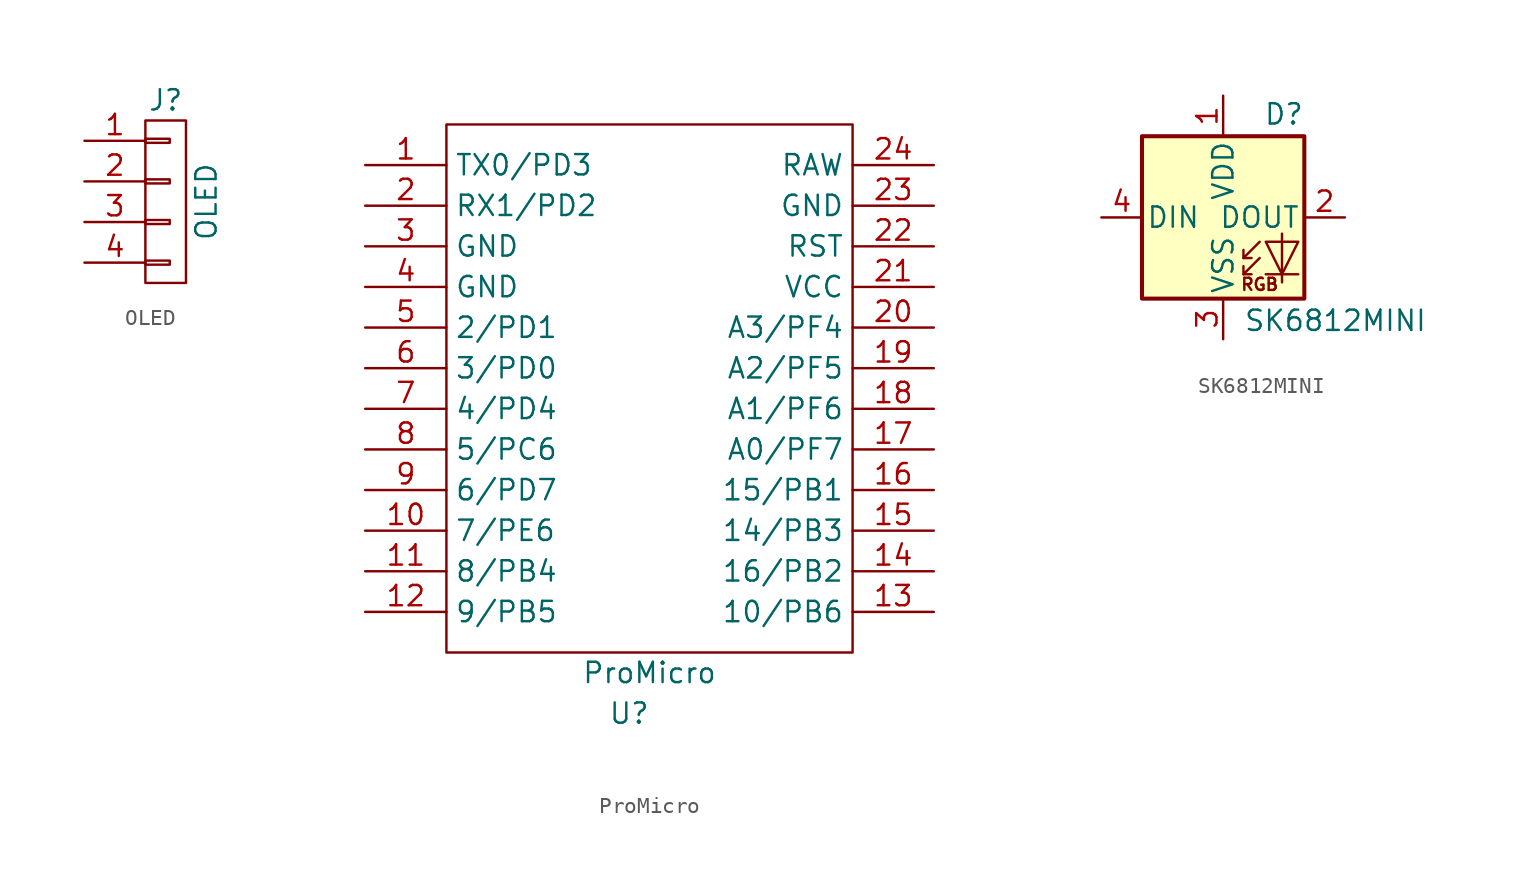
<source format=kicad_sym>
(kicad_symbol_lib
  (version 20211014)
  (generator kicad_symbol_editor)
  (symbol "OLED"
    (pin_names
      (offset 1.016) hide)
    (property "Reference" "J"
      (at 0 6.35 0)
      (effects (font (size 1.27 1.27))))
    (property "Value" "OLED"
      (at 2.54 0 90)
      (effects (font (size 1.27 1.27))))
    (property "Footprint" ""
      (at 0 0 0)
      (effects (font (size 1.27 1.27))))
    (property "Datasheet" ""
      (at 0 0 0)
      (effects (font (size 1.27 1.27))))
    (symbol "OLED_0_1"
      (rectangle (start -1.27 -3.683) (end 0.254 -3.937) (stroke (width 0) (type default) (color 0 0 0 0)) (fill (type none)))
      (rectangle (start -1.27 -1.143) (end 0.254 -1.397) (stroke (width 0) (type default) (color 0 0 0 0)) (fill (type none)))
      (rectangle (start -1.27 1.397) (end 0.254 1.143) (stroke (width 0) (type default) (color 0 0 0 0)) (fill (type none)))
      (rectangle (start -1.27 3.937) (end 0.254 3.683) (stroke (width 0) (type default) (color 0 0 0 0)) (fill (type none)))
      (rectangle (start -1.27 5.08) (end 1.27 -5.08) (stroke (width 0) (type default) (color 0 0 0 0)) (fill (type none))))
    (symbol "OLED_1_1"
      (pin passive line (at -5.08 3.81 0) (length 3.81) (name "P1" (effects (font (size 1.27 1.27)))) (number "1" (effects (font (size 1.27 1.27)))))
      (pin passive line (at -5.08 1.27 0) (length 3.81) (name "P2" (effects (font (size 1.27 1.27)))) (number "2" (effects (font (size 1.27 1.27)))))
      (pin passive line (at -5.08 -1.27 0) (length 3.81) (name "P3" (effects (font (size 1.27 1.27)))) (number "3" (effects (font (size 1.27 1.27)))))
      (pin passive line (at -5.08 -3.81 0) (length 3.81) (name "P4" (effects (font (size 1.27 1.27)))) (number "4" (effects (font (size 1.27 1.27)))))))
  (symbol "ProMicro"
    (property "Reference" "U"
      (at 0 0 0)
      (effects (font (size 1.27 1.27))))
    (property "Value" "ProMicro"
      (at 1.27 2.54 0)
      (effects (font (size 1.27 1.27))))
    (symbol "ProMicro_0_1"
      (rectangle (start -11.43 3.81) (end 13.97 36.83) (stroke (width 0) (type default) (color 0 0 0 0)) (fill (type none))))
    (symbol "ProMicro_1_1"
      (pin input line (at -16.51 34.29 0) (length 5.08) (name "TX0/PD3" (effects (font (size 1.27 1.27)))) (number "1" (effects (font (size 1.27 1.27)))))
      (pin input line (at -16.51 11.43 0) (length 5.08) (name "7/PE6" (effects (font (size 1.27 1.27)))) (number "10" (effects (font (size 1.27 1.27)))))
      (pin input line (at -16.51 8.89 0) (length 5.08) (name "8/PB4" (effects (font (size 1.27 1.27)))) (number "11" (effects (font (size 1.27 1.27)))))
      (pin input line (at -16.51 6.35 0) (length 5.08) (name "9/PB5" (effects (font (size 1.27 1.27)))) (number "12" (effects (font (size 1.27 1.27)))))
      (pin input line (at 19.05 6.35 180) (length 5.08) (name "10/PB6" (effects (font (size 1.27 1.27)))) (number "13" (effects (font (size 1.27 1.27)))))
      (pin input line (at 19.05 8.89 180) (length 5.08) (name "16/PB2" (effects (font (size 1.27 1.27)))) (number "14" (effects (font (size 1.27 1.27)))))
      (pin input line (at 19.05 11.43 180) (length 5.08) (name "14/PB3" (effects (font (size 1.27 1.27)))) (number "15" (effects (font (size 1.27 1.27)))))
      (pin input line (at 19.05 13.97 180) (length 5.08) (name "15/PB1" (effects (font (size 1.27 1.27)))) (number "16" (effects (font (size 1.27 1.27)))))
      (pin input line (at 19.05 16.51 180) (length 5.08) (name "A0/PF7" (effects (font (size 1.27 1.27)))) (number "17" (effects (font (size 1.27 1.27)))))
      (pin input line (at 19.05 19.05 180) (length 5.08) (name "A1/PF6" (effects (font (size 1.27 1.27)))) (number "18" (effects (font (size 1.27 1.27)))))
      (pin input line (at 19.05 21.59 180) (length 5.08) (name "A2/PF5" (effects (font (size 1.27 1.27)))) (number "19" (effects (font (size 1.27 1.27)))))
      (pin input line (at -16.51 31.75 0) (length 5.08) (name "RX1/PD2" (effects (font (size 1.27 1.27)))) (number "2" (effects (font (size 1.27 1.27)))))
      (pin input line (at 19.05 24.13 180) (length 5.08) (name "A3/PF4" (effects (font (size 1.27 1.27)))) (number "20" (effects (font (size 1.27 1.27)))))
      (pin input line (at 19.05 26.67 180) (length 5.08) (name "VCC" (effects (font (size 1.27 1.27)))) (number "21" (effects (font (size 1.27 1.27)))))
      (pin input line (at 19.05 29.21 180) (length 5.08) (name "RST" (effects (font (size 1.27 1.27)))) (number "22" (effects (font (size 1.27 1.27)))))
      (pin input line (at 19.05 31.75 180) (length 5.08) (name "GND" (effects (font (size 1.27 1.27)))) (number "23" (effects (font (size 1.27 1.27)))))
      (pin input line (at 19.05 34.29 180) (length 5.08) (name "RAW" (effects (font (size 1.27 1.27)))) (number "24" (effects (font (size 1.27 1.27)))))
      (pin input line (at -16.51 29.21 0) (length 5.08) (name "GND" (effects (font (size 1.27 1.27)))) (number "3" (effects (font (size 1.27 1.27)))))
      (pin input line (at -16.51 26.67 0) (length 5.08) (name "GND" (effects (font (size 1.27 1.27)))) (number "4" (effects (font (size 1.27 1.27)))))
      (pin input line (at -16.51 24.13 0) (length 5.08) (name "2/PD1" (effects (font (size 1.27 1.27)))) (number "5" (effects (font (size 1.27 1.27)))))
      (pin input line (at -16.51 21.59 0) (length 5.08) (name "3/PD0" (effects (font (size 1.27 1.27)))) (number "6" (effects (font (size 1.27 1.27)))))
      (pin input line (at -16.51 19.05 0) (length 5.08) (name "4/PD4" (effects (font (size 1.27 1.27)))) (number "7" (effects (font (size 1.27 1.27)))))
      (pin input line (at -16.51 16.51 0) (length 5.08) (name "5/PC6" (effects (font (size 1.27 1.27)))) (number "8" (effects (font (size 1.27 1.27)))))
      (pin input line (at -16.51 13.97 0) (length 5.08) (name "6/PD7" (effects (font (size 1.27 1.27)))) (number "9" (effects (font (size 1.27 1.27)))))))
  (symbol "SK6812MINI"
    (pin_names
      (offset 0.254))
    (property "Reference" "D"
      (at 5.08 5.715 0)
      (effects (font (size 1.27 1.27)) (justify right bottom)))
    (property "Value" "SK6812MINI"
      (at 1.27 -5.715 0)
      (effects (font (size 1.27 1.27)) (justify left top)))
    (symbol "SK6812MINI_0_0"
      (text "RGB" (at 2.286 -4.191 0) (effects (font (size 0.762 0.762)))))
    (symbol "SK6812MINI_0_1"
      (polyline (pts (xy 1.27 -3.556) (xy 1.778 -3.556)) (stroke (width 0) (type default) (color 0 0 0 0)) (fill (type none)))
      (polyline (pts (xy 1.27 -2.54) (xy 1.778 -2.54)) (stroke (width 0) (type default) (color 0 0 0 0)) (fill (type none)))
      (polyline (pts (xy 4.699 -3.556) (xy 2.667 -3.556)) (stroke (width 0) (type default) (color 0 0 0 0)) (fill (type none)))
      (polyline (pts (xy 2.286 -2.54) (xy 1.27 -3.556) (xy 1.27 -3.048)) (stroke (width 0) (type default) (color 0 0 0 0)) (fill (type none)))
      (polyline (pts (xy 2.286 -1.524) (xy 1.27 -2.54) (xy 1.27 -2.032)) (stroke (width 0) (type default) (color 0 0 0 0)) (fill (type none)))
      (polyline (pts (xy 3.683 -1.016) (xy 3.683 -3.556) (xy 3.683 -4.064)) (stroke (width 0) (type default) (color 0 0 0 0)) (fill (type none)))
      (polyline (pts (xy 4.699 -1.524) (xy 2.667 -1.524) (xy 3.683 -3.556) (xy 4.699 -1.524)) (stroke (width 0) (type default) (color 0 0 0 0)) (fill (type none)))
      (rectangle (start 5.08 5.08) (end -5.08 -5.08) (stroke (width 0.254) (type default) (color 0 0 0 0)) (fill (type background))))
    (symbol "SK6812MINI_1_1"
      (pin power_in line (at 0 7.62 270) (length 2.54) (name "VDD" (effects (font (size 1.27 1.27)))) (number "1" (effects (font (size 1.27 1.27)))))
      (pin output line (at 7.62 0 180) (length 2.54) (name "DOUT" (effects (font (size 1.27 1.27)))) (number "2" (effects (font (size 1.27 1.27)))))
      (pin power_in line (at 0 -7.62 90) (length 2.54) (name "VSS" (effects (font (size 1.27 1.27)))) (number "3" (effects (font (size 1.27 1.27)))))
      (pin input line (at -7.62 0 0) (length 2.54) (name "DIN" (effects (font (size 1.27 1.27)))) (number "4" (effects (font (size 1.27 1.27))))))))
</source>
